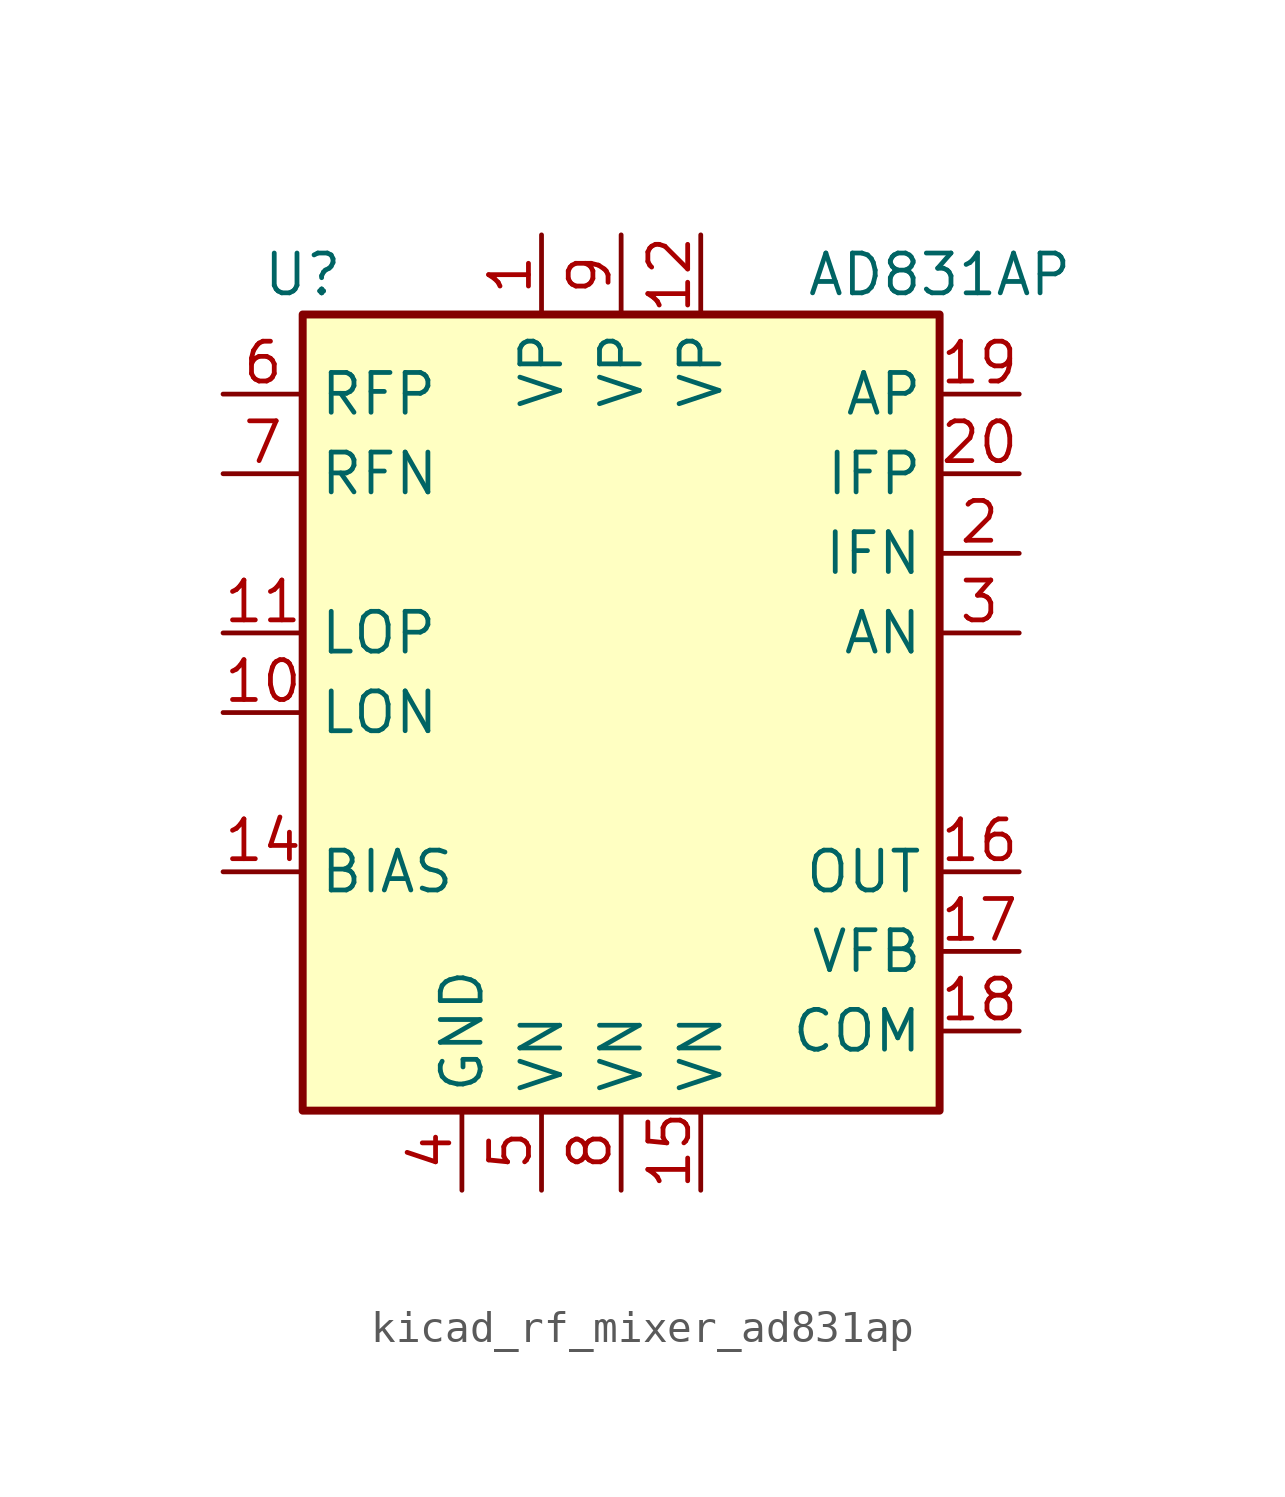
<source format=kicad_sym>
(kicad_symbol_lib
  (version 20220914)
  (generator kicad_symbol_editor)
  (symbol "kicad_rf_mixer_ad831ap"
    (property "Reference" "U"
      (at -10.16 13.97 0)
      (effects (font (size 1.27 1.27))))
    (property "Value" "AD831AP"
      (at 10.16 13.97 0)
      (effects (font (size 1.27 1.27))))
    (symbol "kicad_rf_mixer_ad831ap_0_1"
      (rectangle (start 10.16 12.7) (end -10.16 -12.7) (stroke (width 0.254) (type default)) (fill (type background))))
    (symbol "kicad_rf_mixer_ad831ap_1_1"
      (pin power_in line (at -2.54 15.24 270) (length 2.54) (name "VP" (effects (font (size 1.27 1.27)))) (number "1" (effects (font (size 1.27 1.27)))))
      (pin input line (at -12.7 0 0) (length 2.54) (name "LON" (effects (font (size 1.27 1.27)))) (number "10" (effects (font (size 1.27 1.27)))))
      (pin input line (at -12.7 2.54 0) (length 2.54) (name "LOP" (effects (font (size 1.27 1.27)))) (number "11" (effects (font (size 1.27 1.27)))))
      (pin power_in line (at 2.54 15.24 270) (length 2.54) (name "VP" (effects (font (size 1.27 1.27)))) (number "12" (effects (font (size 1.27 1.27)))))
      (pin passive line (at -5.08 -15.24 90) (length 2.54) hide (name "GND" (effects (font (size 1.27 1.27)))) (number "13" (effects (font (size 1.27 1.27)))))
      (pin passive line (at -12.7 -5.08 0) (length 2.54) (name "BIAS" (effects (font (size 1.27 1.27)))) (number "14" (effects (font (size 1.27 1.27)))))
      (pin power_in line (at 2.54 -15.24 90) (length 2.54) (name "VN" (effects (font (size 1.27 1.27)))) (number "15" (effects (font (size 1.27 1.27)))))
      (pin output line (at 12.7 -5.08 180) (length 2.54) (name "OUT" (effects (font (size 1.27 1.27)))) (number "16" (effects (font (size 1.27 1.27)))))
      (pin passive line (at 12.7 -7.62 180) (length 2.54) (name "VFB" (effects (font (size 1.27 1.27)))) (number "17" (effects (font (size 1.27 1.27)))))
      (pin passive line (at 12.7 -10.16 180) (length 2.54) (name "COM" (effects (font (size 1.27 1.27)))) (number "18" (effects (font (size 1.27 1.27)))))
      (pin input line (at 12.7 10.16 180) (length 2.54) (name "AP" (effects (font (size 1.27 1.27)))) (number "19" (effects (font (size 1.27 1.27)))))
      (pin open_collector line (at 12.7 5.08 180) (length 2.54) (name "IFN" (effects (font (size 1.27 1.27)))) (number "2" (effects (font (size 1.27 1.27)))))
      (pin open_collector line (at 12.7 7.62 180) (length 2.54) (name "IFP" (effects (font (size 1.27 1.27)))) (number "20" (effects (font (size 1.27 1.27)))))
      (pin input line (at 12.7 2.54 180) (length 2.54) (name "AN" (effects (font (size 1.27 1.27)))) (number "3" (effects (font (size 1.27 1.27)))))
      (pin power_in line (at -5.08 -15.24 90) (length 2.54) (name "GND" (effects (font (size 1.27 1.27)))) (number "4" (effects (font (size 1.27 1.27)))))
      (pin power_in line (at -2.54 -15.24 90) (length 2.54) (name "VN" (effects (font (size 1.27 1.27)))) (number "5" (effects (font (size 1.27 1.27)))))
      (pin input line (at -12.7 10.16 0) (length 2.54) (name "RFP" (effects (font (size 1.27 1.27)))) (number "6" (effects (font (size 1.27 1.27)))))
      (pin input line (at -12.7 7.62 0) (length 2.54) (name "RFN" (effects (font (size 1.27 1.27)))) (number "7" (effects (font (size 1.27 1.27)))))
      (pin power_in line (at 0 -15.24 90) (length 2.54) (name "VN" (effects (font (size 1.27 1.27)))) (number "8" (effects (font (size 1.27 1.27)))))
      (pin power_in line (at 0 15.24 270) (length 2.54) (name "VP" (effects (font (size 1.27 1.27)))) (number "9" (effects (font (size 1.27 1.27))))))))
</source>
